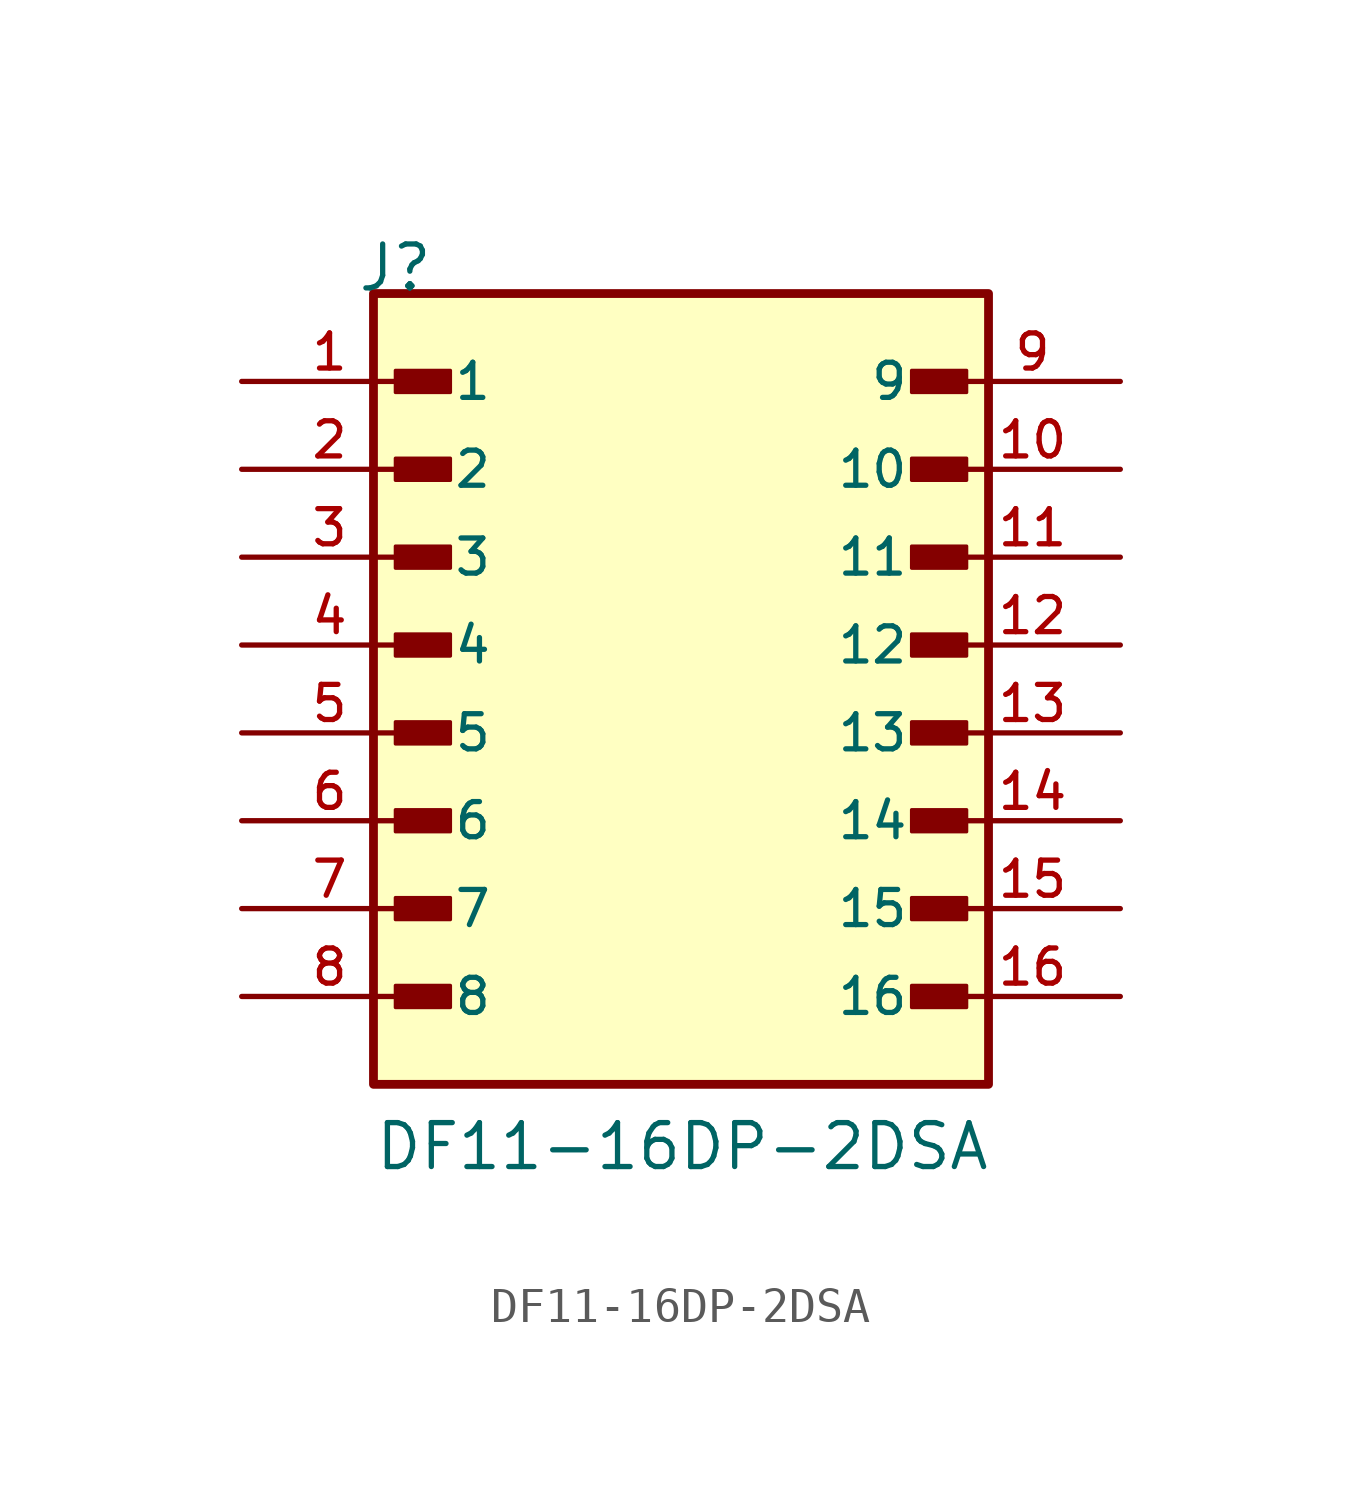
<source format=kicad_sym>
(kicad_symbol_lib
  (version 20241209)
  (generator "kicad_symbol_editor")
  (generator_version "9.0")
  (symbol "DF11-16DP-2DSA"
    (pin_names
      (offset 1.016))
    (property "Reference" "J"
      (at -9.39 12.7 0)
      (effects (font (size 1.27 1.27)) (justify left bottom)))
    (property "Value" "DF11-16DP-2DSA"
      (at -8.89 -12.7 0)
      (effects (font (size 1.27 1.27)) (justify left bottom)))
    (symbol "DF11-16DP-2DSA_0_0"
      (rectangle (start -8.89 12.7) (end 8.89 -10.16) (stroke (width 0.254) (type default)) (fill (type background)))
      (rectangle (start -8.255 9.842) (end -6.668 10.477) (stroke (width 0.1) (type default)) (fill (type outline)))
      (rectangle (start -8.255 7.303) (end -6.668 7.938) (stroke (width 0.1) (type default)) (fill (type outline)))
      (rectangle (start -8.255 4.763) (end -6.668 5.397) (stroke (width 0.1) (type default)) (fill (type outline)))
      (rectangle (start -8.255 2.223) (end -6.668 2.857) (stroke (width 0.1) (type default)) (fill (type outline)))
      (rectangle (start -8.255 -0.318) (end -6.668 0.318) (stroke (width 0.1) (type default)) (fill (type outline)))
      (rectangle (start -8.255 -2.857) (end -6.668 -2.223) (stroke (width 0.1) (type default)) (fill (type outline)))
      (rectangle (start -8.255 -5.397) (end -6.668 -4.763) (stroke (width 0.1) (type default)) (fill (type outline)))
      (rectangle (start -8.255 -7.938) (end -6.668 -7.303) (stroke (width 0.1) (type default)) (fill (type outline)))
      (rectangle (start 8.255 9.842) (end 6.668 10.477) (stroke (width 0.1) (type default)) (fill (type outline)))
      (rectangle (start 8.255 7.303) (end 6.668 7.938) (stroke (width 0.1) (type default)) (fill (type outline)))
      (rectangle (start 8.255 4.763) (end 6.668 5.397) (stroke (width 0.1) (type default)) (fill (type outline)))
      (rectangle (start 8.255 2.223) (end 6.668 2.857) (stroke (width 0.1) (type default)) (fill (type outline)))
      (rectangle (start 8.255 -0.318) (end 6.668 0.318) (stroke (width 0.1) (type default)) (fill (type outline)))
      (rectangle (start 8.255 -2.857) (end 6.668 -2.223) (stroke (width 0.1) (type default)) (fill (type outline)))
      (rectangle (start 8.255 -5.397) (end 6.668 -4.763) (stroke (width 0.1) (type default)) (fill (type outline)))
      (rectangle (start 8.255 -7.938) (end 6.668 -7.303) (stroke (width 0.1) (type default)) (fill (type outline)))
      (pin passive line (at -12.7 10.16 0) (length 5.08) (name "1" (effects (font (size 1.016 1.016)))) (number "1" (effects (font (size 1.016 1.016)))))
      (pin passive line (at -12.7 7.62 0) (length 5.08) (name "2" (effects (font (size 1.016 1.016)))) (number "2" (effects (font (size 1.016 1.016)))))
      (pin passive line (at -12.7 5.08 0) (length 5.08) (name "3" (effects (font (size 1.016 1.016)))) (number "3" (effects (font (size 1.016 1.016)))))
      (pin passive line (at -12.7 2.54 0) (length 5.08) (name "4" (effects (font (size 1.016 1.016)))) (number "4" (effects (font (size 1.016 1.016)))))
      (pin passive line (at -12.7 0 0) (length 5.08) (name "5" (effects (font (size 1.016 1.016)))) (number "5" (effects (font (size 1.016 1.016)))))
      (pin passive line (at -12.7 -2.54 0) (length 5.08) (name "6" (effects (font (size 1.016 1.016)))) (number "6" (effects (font (size 1.016 1.016)))))
      (pin passive line (at -12.7 -5.08 0) (length 5.08) (name "7" (effects (font (size 1.016 1.016)))) (number "7" (effects (font (size 1.016 1.016)))))
      (pin passive line (at -12.7 -7.62 0) (length 5.08) (name "8" (effects (font (size 1.016 1.016)))) (number "8" (effects (font (size 1.016 1.016)))))
      (pin passive line (at 12.7 10.16 180) (length 5.08) (name "9" (effects (font (size 1.016 1.016)))) (number "9" (effects (font (size 1.016 1.016)))))
      (pin passive line (at 12.7 7.62 180) (length 5.08) (name "10" (effects (font (size 1.016 1.016)))) (number "10" (effects (font (size 1.016 1.016)))))
      (pin passive line (at 12.7 5.08 180) (length 5.08) (name "11" (effects (font (size 1.016 1.016)))) (number "11" (effects (font (size 1.016 1.016)))))
      (pin passive line (at 12.7 2.54 180) (length 5.08) (name "12" (effects (font (size 1.016 1.016)))) (number "12" (effects (font (size 1.016 1.016)))))
      (pin passive line (at 12.7 0 180) (length 5.08) (name "13" (effects (font (size 1.016 1.016)))) (number "13" (effects (font (size 1.016 1.016)))))
      (pin passive line (at 12.7 -2.54 180) (length 5.08) (name "14" (effects (font (size 1.016 1.016)))) (number "14" (effects (font (size 1.016 1.016)))))
      (pin passive line (at 12.7 -5.08 180) (length 5.08) (name "15" (effects (font (size 1.016 1.016)))) (number "15" (effects (font (size 1.016 1.016)))))
      (pin passive line (at 12.7 -7.62 180) (length 5.08) (name "16" (effects (font (size 1.016 1.016)))) (number "16" (effects (font (size 1.016 1.016))))))))
</source>
